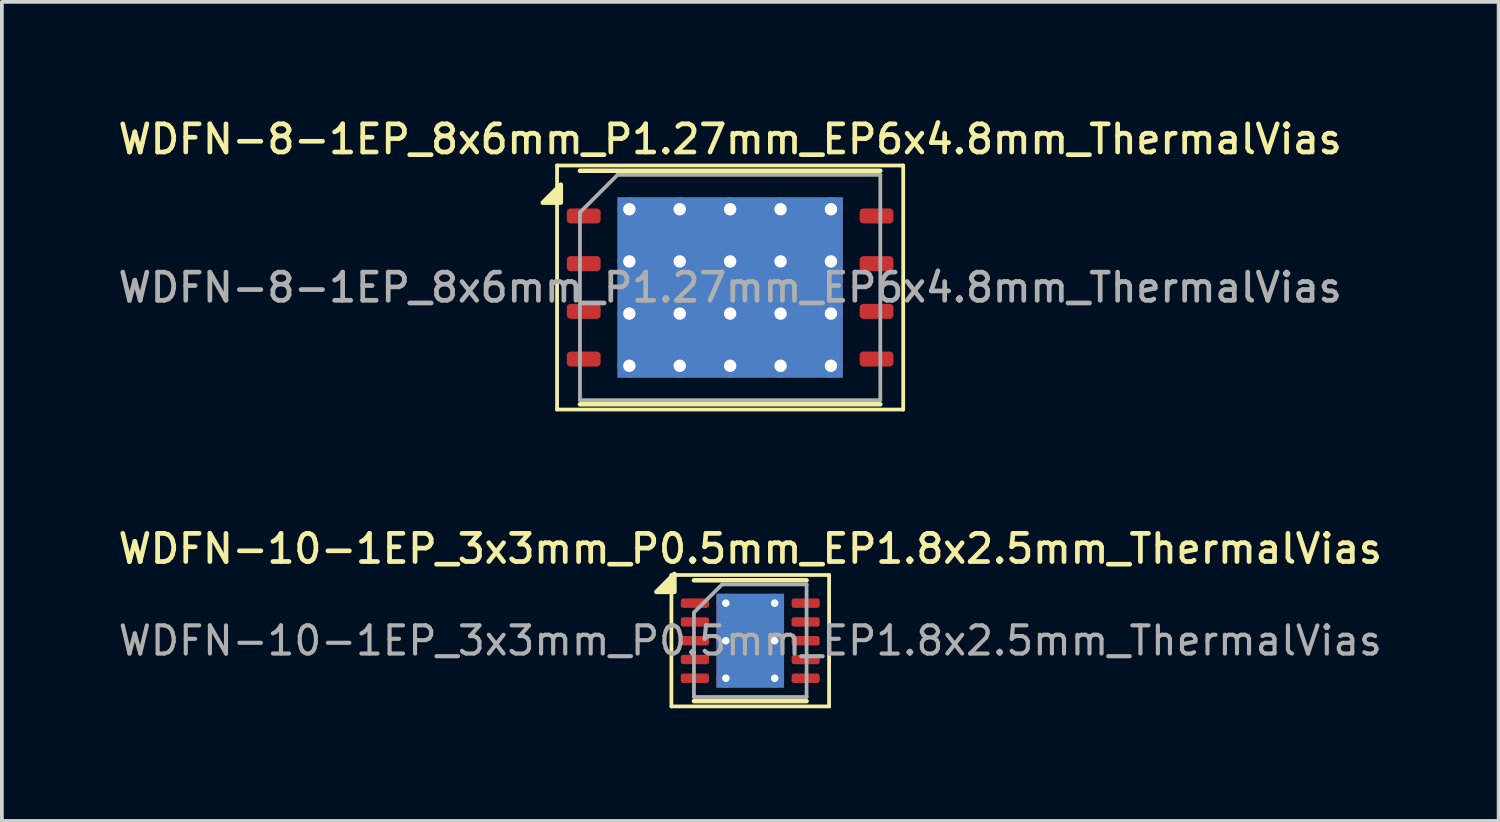
<source format=kicad_pcb>
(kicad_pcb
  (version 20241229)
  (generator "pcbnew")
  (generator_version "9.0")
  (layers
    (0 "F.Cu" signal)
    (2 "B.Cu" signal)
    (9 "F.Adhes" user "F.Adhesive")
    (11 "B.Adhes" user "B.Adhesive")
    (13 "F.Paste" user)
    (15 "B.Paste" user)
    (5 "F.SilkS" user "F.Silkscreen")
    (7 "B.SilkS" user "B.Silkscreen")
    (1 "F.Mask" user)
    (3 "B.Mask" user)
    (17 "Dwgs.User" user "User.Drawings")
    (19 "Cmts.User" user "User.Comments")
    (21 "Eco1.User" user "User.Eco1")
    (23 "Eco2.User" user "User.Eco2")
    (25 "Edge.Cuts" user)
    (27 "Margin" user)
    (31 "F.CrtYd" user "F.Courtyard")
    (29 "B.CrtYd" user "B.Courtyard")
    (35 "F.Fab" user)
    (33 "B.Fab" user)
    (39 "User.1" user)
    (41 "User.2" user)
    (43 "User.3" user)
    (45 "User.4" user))
  (footprint "WDFN-10-1EP_3x3mm_P0.5mm_EP1.8x2.5mm_ThermalVias"
    (layer "F.Cu")
    (at 16.934 14.016)
    (property "Reference" "WDFN-10-1EP_3x3mm_P0.5mm_EP1.8x2.5mm_ThermalVias" (at 0 -2.45 0) (layer "F.SilkS") (effects (font (size 0.75 0.75) (thickness 0.125))))
    (attr smd)
    (fp_line (start -2.1 -1.75) (end -2.1 1.75) (stroke (width 0.1) (type solid)) (layer "F.SilkS"))
    (fp_line (start -2.1 1.75) (end 2.1 1.75) (stroke (width 0.1) (type solid)) (layer "F.SilkS"))
    (fp_line (start -1.5 -1.61) (end 1.5 -1.61) (stroke (width 0.12) (type solid)) (layer "F.SilkS"))
    (fp_line (start -1.5 1.61) (end 1.5 1.61) (stroke (width 0.12) (type solid)) (layer "F.SilkS"))
    (fp_line (start 2.1 -1.75) (end -2.1 -1.75) (stroke (width 0.1) (type solid)) (layer "F.SilkS"))
    (fp_line (start 2.1 1.75) (end 2.1 -1.75) (stroke (width 0.1) (type solid)) (layer "F.SilkS"))
    (fp_poly (pts (xy -2.02 -1.3) (xy -2.5 -1.3) (xy -2.02 -1.78) (xy -2.02 -1.3)) (stroke (width 0.12) (type solid)) (fill yes) (layer "F.SilkS"))
    (fp_line (start -1.5 -0.75) (end -0.75 -1.5) (stroke (width 0.1) (type solid)) (layer "F.Fab"))
    (fp_line (start -1.5 1.5) (end -1.5 -0.75) (stroke (width 0.1) (type solid)) (layer "F.Fab"))
    (fp_line (start -0.75 -1.5) (end 1.5 -1.5) (stroke (width 0.1) (type solid)) (layer "F.Fab"))
    (fp_line (start 1.5 -1.5) (end 1.5 1.5) (stroke (width 0.1) (type solid)) (layer "F.Fab"))
    (fp_line (start 1.5 1.5) (end -1.5 1.5) (stroke (width 0.1) (type solid)) (layer "F.Fab"))
    (fp_text user "${REFERENCE}" (at 0 0 0) (layer "F.Fab") (effects (font (size 0.75 0.75) (thickness 0.11))))
    (pad "" smd roundrect (at -0.45 -0.625) (size 0.73 1.01) (layers "F.Paste") (roundrect_rratio 0.25))
    (pad "" smd roundrect (at -0.45 0.625) (size 0.73 1.01) (layers "F.Paste") (roundrect_rratio 0.25))
    (pad "" smd roundrect (at 0.45 -0.625) (size 0.73 1.01) (layers "F.Paste") (roundrect_rratio 0.25))
    (pad "" smd roundrect (at 0.45 0.625) (size 0.73 1.01) (layers "F.Paste") (roundrect_rratio 0.25))
    (pad "1" smd roundrect (at -1.475 -1) (size 0.75 0.25) (layers "F.Cu" "F.Mask" "F.Paste") (roundrect_rratio 0.25))
    (pad "2" smd roundrect (at -1.475 -0.5) (size 0.75 0.25) (layers "F.Cu" "F.Mask" "F.Paste") (roundrect_rratio 0.25))
    (pad "3" smd roundrect (at -1.475 0) (size 0.75 0.25) (layers "F.Cu" "F.Mask" "F.Paste") (roundrect_rratio 0.25))
    (pad "4" smd roundrect (at -1.475 0.5) (size 0.75 0.25) (layers "F.Cu" "F.Mask" "F.Paste") (roundrect_rratio 0.25))
    (pad "5" smd roundrect (at -1.475 1) (size 0.75 0.25) (layers "F.Cu" "F.Mask" "F.Paste") (roundrect_rratio 0.25))
    (pad "6" smd roundrect (at 1.475 1) (size 0.75 0.25) (layers "F.Cu" "F.Mask" "F.Paste") (roundrect_rratio 0.25))
    (pad "7" smd roundrect (at 1.475 0.5) (size 0.75 0.25) (layers "F.Cu" "F.Mask" "F.Paste") (roundrect_rratio 0.25))
    (pad "8" smd roundrect (at 1.475 0) (size 0.75 0.25) (layers "F.Cu" "F.Mask" "F.Paste") (roundrect_rratio 0.25))
    (pad "9" smd roundrect (at 1.475 -0.5) (size 0.75 0.25) (layers "F.Cu" "F.Mask" "F.Paste") (roundrect_rratio 0.25))
    (pad "10" smd roundrect (at 1.475 -1) (size 0.75 0.25) (layers "F.Cu" "F.Mask" "F.Paste") (roundrect_rratio 0.25))
    (pad "11" thru_hole circle (at -0.65 -1) (size 0.5 0.5) (drill 0.2) (property pad_prop_heatsink) (layers "*.Cu"))
    (pad "11" thru_hole circle (at -0.65 0) (size 0.5 0.5) (drill 0.2) (property pad_prop_heatsink) (layers "*.Cu"))
    (pad "11" thru_hole circle (at -0.65 1) (size 0.5 0.5) (drill 0.2) (property pad_prop_heatsink) (layers "*.Cu"))
    (pad "11" smd rect (at 0 0) (size 1.8 2.5) (property pad_prop_heatsink) (layers "F.Cu" "F.Mask"))
    (pad "11" smd rect (at 0 0) (size 1.8 2.5) (property pad_prop_heatsink) (layers "B.Cu"))
    (pad "11" thru_hole circle (at 0.65 -1) (size 0.5 0.5) (drill 0.2) (property pad_prop_heatsink) (layers "*.Cu"))
    (pad "11" thru_hole circle (at 0.65 0) (size 0.5 0.5) (drill 0.2) (property pad_prop_heatsink) (layers "*.Cu"))
    (pad "11" thru_hole circle (at 0.65 1) (size 0.5 0.5) (drill 0.2) (property pad_prop_heatsink) (layers "*.Cu")))
  (footprint "WDFN-8-1EP_8x6mm_P1.27mm_EP6x4.8mm_ThermalVias"
    (layer "F.Cu")
    (at 16.398 4.608)
    (property "Reference" "WDFN-8-1EP_8x6mm_P1.27mm_EP6x4.8mm_ThermalVias" (at 0 -3.95 0) (layer "F.SilkS") (effects (font (size 0.75 0.75) (thickness 0.125))))
    (attr smd)
    (fp_line (start -4.61 -3.25) (end -4.61 3.25) (stroke (width 0.1) (type solid)) (layer "F.SilkS"))
    (fp_line (start -4.61 3.25) (end 4.61 3.25) (stroke (width 0.1) (type solid)) (layer "F.SilkS"))
    (fp_line (start -4 -3.11) (end 4 -3.11) (stroke (width 0.12) (type solid)) (layer "F.SilkS"))
    (fp_line (start -4 3.11) (end 4 3.11) (stroke (width 0.12) (type solid)) (layer "F.SilkS"))
    (fp_line (start 4.61 -3.25) (end -4.61 -3.25) (stroke (width 0.1) (type solid)) (layer "F.SilkS"))
    (fp_line (start 4.61 3.25) (end 4.61 -3.25) (stroke (width 0.1) (type solid)) (layer "F.SilkS"))
    (fp_poly (pts (xy -4.51 -2.26) (xy -4.99 -2.26) (xy -4.51 -2.74) (xy -4.51 -2.26)) (stroke (width 0.12) (type solid)) (fill yes) (layer "F.SilkS"))
    (fp_line (start -4 -2) (end -3 -3) (stroke (width 0.1) (type solid)) (layer "F.Fab"))
    (fp_line (start -4 3) (end -4 -2) (stroke (width 0.1) (type solid)) (layer "F.Fab"))
    (fp_line (start -3 -3) (end 4 -3) (stroke (width 0.1) (type solid)) (layer "F.Fab"))
    (fp_line (start 4 -3) (end 4 3) (stroke (width 0.1) (type solid)) (layer "F.Fab"))
    (fp_line (start 4 3) (end -4 3) (stroke (width 0.1) (type solid)) (layer "F.Fab"))
    (fp_text user "${REFERENCE}" (at 0 0 0) (layer "F.Fab") (effects (font (size 0.75 0.75) (thickness 0.125))))
    (pad "" smd custom (at -2.014 -1.39) (size 1.027 1.027) (layers "F.Paste") (options (anchor circle)) (primitives (gr_poly (pts (xy -0.422 -0.311) (xy -0.271 -0.462) (xy 0.271 -0.462) (xy 0.422 -0.311) (xy 0.422 0.311) (xy 0.271 0.462) (xy -0.271 0.462) (xy -0.422 0.311)) (width 0.365) (fill yes))))
    (pad "" smd custom (at -2.014 0) (size 1.027 1.027) (layers "F.Paste") (options (anchor circle)) (primitives (gr_poly (pts (xy -0.422 -0.311) (xy -0.271 -0.462) (xy 0.271 -0.462) (xy 0.422 -0.311) (xy 0.422 0.311) (xy 0.271 0.462) (xy -0.271 0.462) (xy -0.422 0.311)) (width 0.365) (fill yes))))
    (pad "" smd custom (at -2.014 1.39) (size 1.027 1.027) (layers "F.Paste") (options (anchor circle)) (primitives (gr_poly (pts (xy -0.422 -0.311) (xy -0.271 -0.462) (xy 0.271 -0.462) (xy 0.422 -0.311) (xy 0.422 0.311) (xy 0.271 0.462) (xy -0.271 0.462) (xy -0.422 0.311)) (width 0.365) (fill yes))))
    (pad "" smd custom (at -0.671 -1.39) (size 1.027 1.027) (layers "F.Paste") (options (anchor circle)) (primitives (gr_poly (pts (xy -0.422 -0.311) (xy -0.271 -0.462) (xy 0.271 -0.462) (xy 0.422 -0.311) (xy 0.422 0.311) (xy 0.271 0.462) (xy -0.271 0.462) (xy -0.422 0.311)) (width 0.365) (fill yes))))
    (pad "" smd custom (at -0.671 0) (size 1.027 1.027) (layers "F.Paste") (options (anchor circle)) (primitives (gr_poly (pts (xy -0.422 -0.311) (xy -0.271 -0.462) (xy 0.271 -0.462) (xy 0.422 -0.311) (xy 0.422 0.311) (xy 0.271 0.462) (xy -0.271 0.462) (xy -0.422 0.311)) (width 0.365) (fill yes))))
    (pad "" smd custom (at -0.671 1.39) (size 1.027 1.027) (layers "F.Paste") (options (anchor circle)) (primitives (gr_poly (pts (xy -0.422 -0.311) (xy -0.271 -0.462) (xy 0.271 -0.462) (xy 0.422 -0.311) (xy 0.422 0.311) (xy 0.271 0.462) (xy -0.271 0.462) (xy -0.422 0.311)) (width 0.365) (fill yes))))
    (pad "" smd custom (at 0.671 -1.39) (size 1.027 1.027) (layers "F.Paste") (options (anchor circle)) (primitives (gr_poly (pts (xy -0.422 -0.311) (xy -0.271 -0.462) (xy 0.271 -0.462) (xy 0.422 -0.311) (xy 0.422 0.311) (xy 0.271 0.462) (xy -0.271 0.462) (xy -0.422 0.311)) (width 0.365) (fill yes))))
    (pad "" smd custom (at 0.671 0) (size 1.027 1.027) (layers "F.Paste") (options (anchor circle)) (primitives (gr_poly (pts (xy -0.422 -0.311) (xy -0.271 -0.462) (xy 0.271 -0.462) (xy 0.422 -0.311) (xy 0.422 0.311) (xy 0.271 0.462) (xy -0.271 0.462) (xy -0.422 0.311)) (width 0.365) (fill yes))))
    (pad "" smd custom (at 0.671 1.39) (size 1.027 1.027) (layers "F.Paste") (options (anchor circle)) (primitives (gr_poly (pts (xy -0.422 -0.311) (xy -0.271 -0.462) (xy 0.271 -0.462) (xy 0.422 -0.311) (xy 0.422 0.311) (xy 0.271 0.462) (xy -0.271 0.462) (xy -0.422 0.311)) (width 0.365) (fill yes))))
    (pad "" smd custom (at 2.014 -1.39) (size 1.027 1.027) (layers "F.Paste") (options (anchor circle)) (primitives (gr_poly (pts (xy -0.422 -0.311) (xy -0.271 -0.462) (xy 0.271 -0.462) (xy 0.422 -0.311) (xy 0.422 0.311) (xy 0.271 0.462) (xy -0.271 0.462) (xy -0.422 0.311)) (width 0.365) (fill yes))))
    (pad "" smd custom (at 2.014 0) (size 1.027 1.027) (layers "F.Paste") (options (anchor circle)) (primitives (gr_poly (pts (xy -0.422 -0.311) (xy -0.271 -0.462) (xy 0.271 -0.462) (xy 0.422 -0.311) (xy 0.422 0.311) (xy 0.271 0.462) (xy -0.271 0.462) (xy -0.422 0.311)) (width 0.365) (fill yes))))
    (pad "" smd custom (at 2.014 1.39) (size 1.027 1.027) (layers "F.Paste") (options (anchor circle)) (primitives (gr_poly (pts (xy -0.422 -0.311) (xy -0.271 -0.462) (xy 0.271 -0.462) (xy 0.422 -0.311) (xy 0.422 0.311) (xy 0.271 0.462) (xy -0.271 0.462) (xy -0.422 0.311)) (width 0.365) (fill yes))))
    (pad "1" smd roundrect (at -3.9 -1.905) (size 0.9 0.4) (layers "F.Cu" "F.Mask" "F.Paste") (roundrect_rratio 0.25))
    (pad "2" smd roundrect (at -3.9 -0.635) (size 0.9 0.4) (layers "F.Cu" "F.Mask" "F.Paste") (roundrect_rratio 0.25))
    (pad "3" smd roundrect (at -3.9 0.635) (size 0.9 0.4) (layers "F.Cu" "F.Mask" "F.Paste") (roundrect_rratio 0.25))
    (pad "4" smd roundrect (at -3.9 1.905) (size 0.9 0.4) (layers "F.Cu" "F.Mask" "F.Paste") (roundrect_rratio 0.25))
    (pad "5" smd roundrect (at 3.9 1.905) (size 0.9 0.4) (layers "F.Cu" "F.Mask" "F.Paste") (roundrect_rratio 0.25))
    (pad "6" smd roundrect (at 3.9 0.635) (size 0.9 0.4) (layers "F.Cu" "F.Mask" "F.Paste") (roundrect_rratio 0.25))
    (pad "7" smd roundrect (at 3.9 -0.635) (size 0.9 0.4) (layers "F.Cu" "F.Mask" "F.Paste") (roundrect_rratio 0.25))
    (pad "8" smd roundrect (at 3.9 -1.905) (size 0.9 0.4) (layers "F.Cu" "F.Mask" "F.Paste") (roundrect_rratio 0.25))
    (pad "9" thru_hole circle (at -2.685 -2.085) (size 0.63 0.63) (drill 0.33) (property pad_prop_heatsink) (layers "*.Cu"))
    (pad "9" thru_hole circle (at -2.685 -0.695) (size 0.63 0.63) (drill 0.33) (property pad_prop_heatsink) (layers "*.Cu"))
    (pad "9" thru_hole circle (at -2.685 0.695) (size 0.63 0.63) (drill 0.33) (property pad_prop_heatsink) (layers "*.Cu"))
    (pad "9" thru_hole circle (at -2.685 2.085) (size 0.63 0.63) (drill 0.33) (property pad_prop_heatsink) (layers "*.Cu"))
    (pad "9" thru_hole circle (at -1.343 -2.085) (size 0.63 0.63) (drill 0.33) (property pad_prop_heatsink) (layers "*.Cu"))
    (pad "9" thru_hole circle (at -1.343 -0.695) (size 0.63 0.63) (drill 0.33) (property pad_prop_heatsink) (layers "*.Cu"))
    (pad "9" thru_hole circle (at -1.343 0.695) (size 0.63 0.63) (drill 0.33) (property pad_prop_heatsink) (layers "*.Cu"))
    (pad "9" thru_hole circle (at -1.343 2.085) (size 0.63 0.63) (drill 0.33) (property pad_prop_heatsink) (layers "*.Cu"))
    (pad "9" thru_hole circle (at 0 -2.085) (size 0.63 0.63) (drill 0.33) (property pad_prop_heatsink) (layers "*.Cu"))
    (pad "9" thru_hole circle (at 0 -0.695) (size 0.63 0.63) (drill 0.33) (property pad_prop_heatsink) (layers "*.Cu"))
    (pad "9" smd rect (at 0 0) (size 6 4.8) (property pad_prop_heatsink) (layers "F.Cu" "F.Mask"))
    (pad "9" smd rect (at 0 0) (size 6 4.8) (property pad_prop_heatsink) (layers "B.Cu"))
    (pad "9" thru_hole circle (at 0 0.695) (size 0.63 0.63) (drill 0.33) (property pad_prop_heatsink) (layers "*.Cu"))
    (pad "9" thru_hole circle (at 0 2.085) (size 0.63 0.63) (drill 0.33) (property pad_prop_heatsink) (layers "*.Cu"))
    (pad "9" thru_hole circle (at 1.343 -2.085) (size 0.63 0.63) (drill 0.33) (property pad_prop_heatsink) (layers "*.Cu"))
    (pad "9" thru_hole circle (at 1.343 -0.695) (size 0.63 0.63) (drill 0.33) (property pad_prop_heatsink) (layers "*.Cu"))
    (pad "9" thru_hole circle (at 1.343 0.695) (size 0.63 0.63) (drill 0.33) (property pad_prop_heatsink) (layers "*.Cu"))
    (pad "9" thru_hole circle (at 1.343 2.085) (size 0.63 0.63) (drill 0.33) (property pad_prop_heatsink) (layers "*.Cu"))
    (pad "9" thru_hole circle (at 2.685 -2.085) (size 0.63 0.63) (drill 0.33) (property pad_prop_heatsink) (layers "*.Cu"))
    (pad "9" thru_hole circle (at 2.685 -0.695) (size 0.63 0.63) (drill 0.33) (property pad_prop_heatsink) (layers "*.Cu"))
    (pad "9" thru_hole circle (at 2.685 0.695) (size 0.63 0.63) (drill 0.33) (property pad_prop_heatsink) (layers "*.Cu"))
    (pad "9" thru_hole circle (at 2.685 2.085) (size 0.63 0.63) (drill 0.33) (property pad_prop_heatsink) (layers "*.Cu")))
  (gr_rect
    (start -3 -3)
    (end 36.868 18.816)
    (stroke (width 0.1) (type default))
    (fill no)
    (layer "Edge.Cuts")))
</source>
